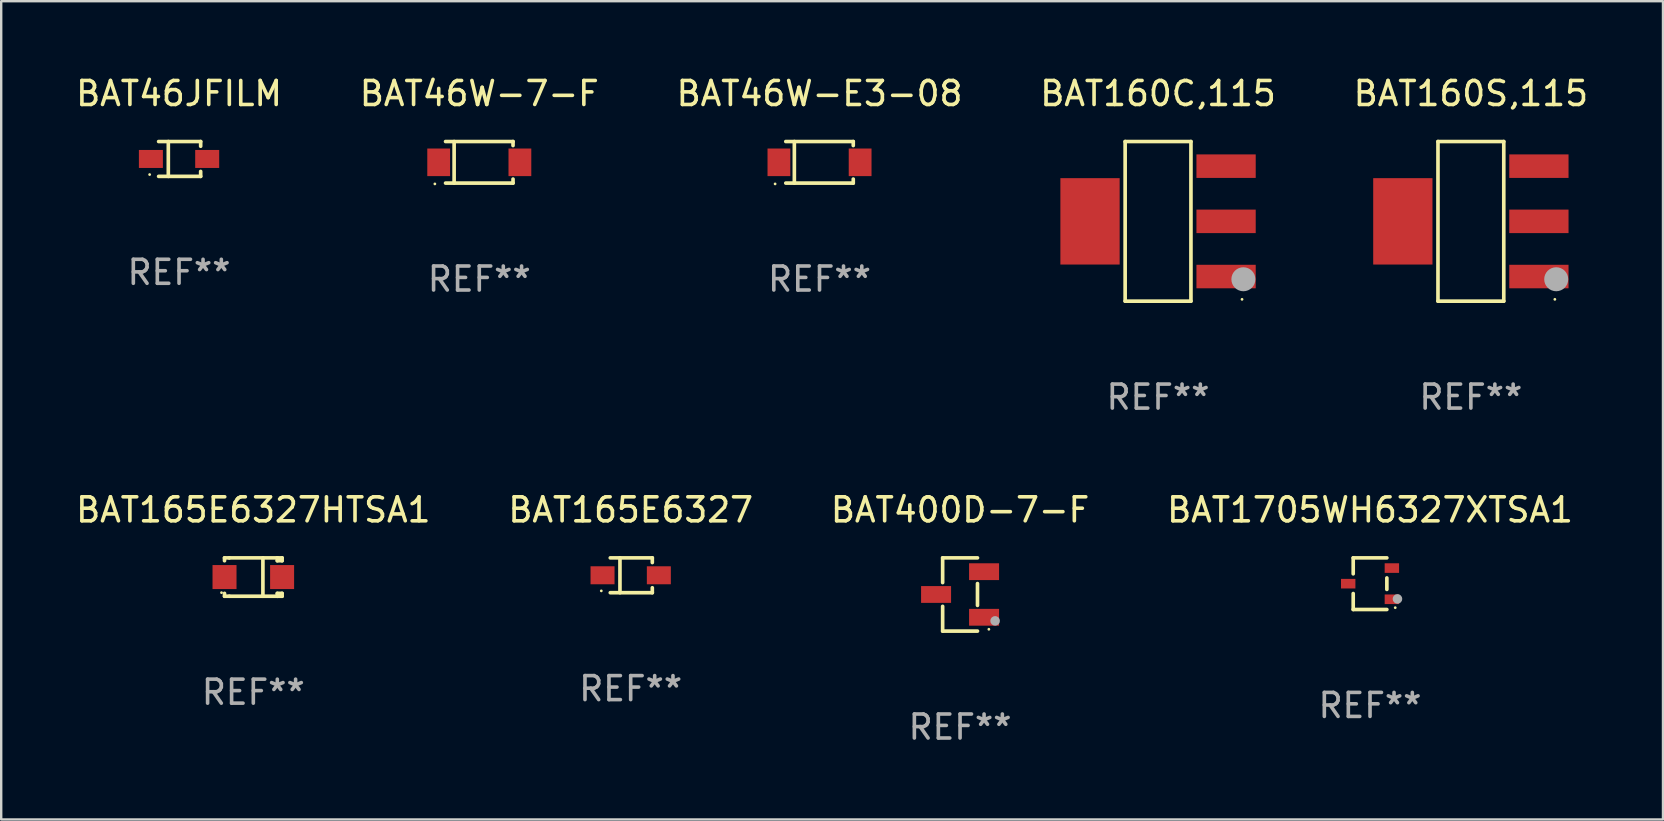
<source format=kicad_pcb>
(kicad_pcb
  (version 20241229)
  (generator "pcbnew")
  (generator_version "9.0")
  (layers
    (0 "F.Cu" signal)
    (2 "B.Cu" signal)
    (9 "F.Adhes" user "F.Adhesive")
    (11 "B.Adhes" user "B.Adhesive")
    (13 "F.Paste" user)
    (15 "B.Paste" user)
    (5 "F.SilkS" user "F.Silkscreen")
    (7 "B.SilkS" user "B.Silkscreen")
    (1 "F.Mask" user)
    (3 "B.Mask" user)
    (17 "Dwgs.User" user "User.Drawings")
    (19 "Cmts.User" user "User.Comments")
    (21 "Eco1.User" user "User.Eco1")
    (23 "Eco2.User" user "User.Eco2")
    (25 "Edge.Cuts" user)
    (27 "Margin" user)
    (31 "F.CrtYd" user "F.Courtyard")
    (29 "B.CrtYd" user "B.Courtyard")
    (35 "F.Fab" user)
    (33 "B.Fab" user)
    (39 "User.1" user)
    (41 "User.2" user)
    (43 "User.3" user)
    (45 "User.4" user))
  (footprint "BAT46W-7-F"
    (layer "F.Cu")
    (at 16.923 3.714)
    (property "Reference" "BAT46W-7-F" (at 0 -2.866 0) (layer "F.SilkS") (effects (font (size 1 1) (thickness 0.15))))
    (attr through_hole)
    (fp_line (start -1.406 -0.866) (end 1.406 -0.866) (stroke (width 0.152) (type solid)) (layer "F.SilkS"))
    (fp_line (start -1.406 0.866) (end 1.406 0.866) (stroke (width 0.152) (type solid)) (layer "F.SilkS"))
    (fp_line (start -1.049 -0.866) (end -1.049 0.866) (stroke (width 0.152) (type solid)) (layer "F.SilkS"))
    (fp_line (start 1.406 -0.866) (end 1.406 -0.698) (stroke (width 0.152) (type solid)) (layer "F.SilkS"))
    (fp_line (start 1.406 0.866) (end 1.406 0.698) (stroke (width 0.152) (type solid)) (layer "F.SilkS"))
    (fp_circle (center -1.851 0.9) (end -1.821 0.9) (stroke (width 0.06) (type solid)) (fill no) (layer "F.SilkS"))
    (fp_text user "REF**" (at 0 4.866 0) (layer "F.Fab") (effects (font (size 1 1) (thickness 0.15))))
    (pad "1" smd rect (at -1.692 0) (size 0.95 1.15) (layers "F.Cu" "F.Mask" "F.Paste"))
    (pad "2" smd rect (at 1.692 0) (size 0.95 1.15) (layers "F.Cu" "F.Mask" "F.Paste")))
  (footprint "BAT46JFILM"
    (layer "F.Cu")
    (at 4.411 3.574)
    (property "Reference" "BAT46JFILM" (at 0 -2.726 0) (layer "F.SilkS") (effects (font (size 1 1) (thickness 0.15))))
    (attr through_hole)
    (fp_line (start -0.851 -0.726) (end 0.901 -0.726) (stroke (width 0.152) (type solid)) (layer "F.SilkS"))
    (fp_line (start -0.851 0.726) (end 0.901 0.726) (stroke (width 0.152) (type solid)) (layer "F.SilkS"))
    (fp_line (start -0.447 -0.726) (end -0.447 0.726) (stroke (width 0.152) (type solid)) (layer "F.SilkS"))
    (fp_line (start 0.901 -0.726) (end 0.901 -0.53) (stroke (width 0.152) (type solid)) (layer "F.SilkS"))
    (fp_line (start 0.901 0.726) (end 0.901 0.52) (stroke (width 0.152) (type solid)) (layer "F.SilkS"))
    (fp_circle (center -1.225 0.65) (end -1.195 0.65) (stroke (width 0.06) (type solid)) (fill no) (layer "F.SilkS"))
    (fp_text user "REF**" (at 0 4.726 0) (layer "F.Fab") (effects (font (size 1 1) (thickness 0.15))))
    (pad "1" smd rect (at -1.173 0) (size 1 0.75) (layers "F.Cu" "F.Mask" "F.Paste"))
    (pad "2" smd rect (at 1.173 0) (size 1 0.75) (layers "F.Cu" "F.Mask" "F.Paste")))
  (footprint "BAT165E6327"
    (layer "F.Cu")
    (at 23.232 20.923)
    (property "Reference" "BAT165E6327" (at 0 -2.726 0) (layer "F.SilkS") (effects (font (size 1 1) (thickness 0.15))))
    (attr through_hole)
    (fp_line (start -0.851 -0.726) (end 0.901 -0.726) (stroke (width 0.152) (type solid)) (layer "F.SilkS"))
    (fp_line (start -0.851 0.726) (end 0.901 0.726) (stroke (width 0.152) (type solid)) (layer "F.SilkS"))
    (fp_line (start -0.447 -0.726) (end -0.447 0.726) (stroke (width 0.152) (type solid)) (layer "F.SilkS"))
    (fp_line (start 0.901 -0.726) (end 0.901 -0.53) (stroke (width 0.152) (type solid)) (layer "F.SilkS"))
    (fp_line (start 0.901 0.726) (end 0.901 0.52) (stroke (width 0.152) (type solid)) (layer "F.SilkS"))
    (fp_circle (center -1.225 0.65) (end -1.195 0.65) (stroke (width 0.06) (type solid)) (fill no) (layer "F.SilkS"))
    (fp_text user "REF**" (at 0 4.726 0) (layer "F.Fab") (effects (font (size 1 1) (thickness 0.15))))
    (pad "1" smd rect (at -1.173 0) (size 1 0.75) (layers "F.Cu" "F.Mask" "F.Paste"))
    (pad "2" smd rect (at 1.173 0) (size 1 0.75) (layers "F.Cu" "F.Mask" "F.Paste")))
  (footprint "BAT1705WH6327XTSA1"
    (layer "F.Cu")
    (at 54.042 21.273)
    (property "Reference" "BAT1705WH6327XTSA1" (at 0 -3.076 0) (layer "F.SilkS") (effects (font (size 1 1) (thickness 0.15))))
    (attr through_hole)
    (fp_line (start -0.701 -1.076) (end -0.701 -0.411) (stroke (width 0.152) (type solid)) (layer "F.SilkS"))
    (fp_line (start -0.701 1.076) (end -0.701 0.411) (stroke (width 0.152) (type solid)) (layer "F.SilkS"))
    (fp_line (start 0.701 -1.076) (end -0.701 -1.076) (stroke (width 0.152) (type solid)) (layer "F.SilkS"))
    (fp_line (start 0.701 -0.239) (end 0.701 0.239) (stroke (width 0.152) (type solid)) (layer "F.SilkS"))
    (fp_line (start 0.701 1.076) (end -0.701 1.076) (stroke (width 0.152) (type solid)) (layer "F.SilkS"))
    (fp_circle (center 1.05 1) (end 1.08 1) (stroke (width 0.06) (type solid)) (fill no) (layer "F.SilkS"))
    (fp_circle (center 1.143 0.635) (end 1.243 0.635) (stroke (width 0.2) (type solid)) (fill no) (layer "F.Fab"))
    (fp_text user "REF**" (at 0 5.076 0) (layer "F.Fab") (effects (font (size 1 1) (thickness 0.15))))
    (pad "1" smd rect (at 0.91 0.65) (size 0.6 0.4) (layers "F.Cu" "F.Mask" "F.Paste"))
    (pad "2" smd rect (at 0.91 -0.65) (size 0.6 0.4) (layers "F.Cu" "F.Mask" "F.Paste"))
    (pad "3" smd rect (at -0.91 0) (size 0.6 0.4) (layers "F.Cu" "F.Mask" "F.Paste")))
  (footprint "BAT46W-E3-08"
    (layer "F.Cu")
    (at 31.101 3.714)
    (property "Reference" "BAT46W-E3-08" (at 0 -2.866 0) (layer "F.SilkS") (effects (font (size 1 1) (thickness 0.15))))
    (attr through_hole)
    (fp_line (start -1.406 -0.866) (end 1.406 -0.866) (stroke (width 0.152) (type solid)) (layer "F.SilkS"))
    (fp_line (start -1.406 0.866) (end 1.406 0.866) (stroke (width 0.152) (type solid)) (layer "F.SilkS"))
    (fp_line (start -1.049 -0.866) (end -1.049 0.866) (stroke (width 0.152) (type solid)) (layer "F.SilkS"))
    (fp_line (start 1.406 -0.866) (end 1.406 -0.698) (stroke (width 0.152) (type solid)) (layer "F.SilkS"))
    (fp_line (start 1.406 0.866) (end 1.406 0.698) (stroke (width 0.152) (type solid)) (layer "F.SilkS"))
    (fp_circle (center -1.851 0.9) (end -1.821 0.9) (stroke (width 0.06) (type solid)) (fill no) (layer "F.SilkS"))
    (fp_text user "REF**" (at 0 4.866 0) (layer "F.Fab") (effects (font (size 1 1) (thickness 0.15))))
    (pad "1" smd rect (at -1.692 0) (size 0.95 1.15) (layers "F.Cu" "F.Mask" "F.Paste"))
    (pad "2" smd rect (at 1.692 0) (size 0.95 1.15) (layers "F.Cu" "F.Mask" "F.Paste")))
  (footprint "BAT400D-7-F"
    (layer "F.Cu")
    (at 36.958 21.723)
    (property "Reference" "BAT400D-7-F" (at 0 -3.526 0) (layer "F.SilkS") (effects (font (size 1 1) (thickness 0.15))))
    (attr through_hole)
    (fp_line (start -0.726 -1.526) (end -0.726 -0.495) (stroke (width 0.152) (type solid)) (layer "F.SilkS"))
    (fp_line (start -0.726 1.526) (end -0.726 0.495) (stroke (width 0.152) (type solid)) (layer "F.SilkS"))
    (fp_line (start 0.726 -1.526) (end -0.726 -1.526) (stroke (width 0.152) (type solid)) (layer "F.SilkS"))
    (fp_line (start 0.726 -0.455) (end 0.726 0.455) (stroke (width 0.152) (type solid)) (layer "F.SilkS"))
    (fp_line (start 0.726 1.526) (end -0.726 1.526) (stroke (width 0.152) (type solid)) (layer "F.SilkS"))
    (fp_circle (center 1.2 1.45) (end 1.23 1.45) (stroke (width 0.06) (type solid)) (fill no) (layer "F.SilkS"))
    (fp_circle (center 1.46 1.1) (end 1.56 1.1) (stroke (width 0.2) (type solid)) (fill no) (layer "F.Fab"))
    (fp_text user "REF**" (at 0 5.526 0) (layer "F.Fab") (effects (font (size 1 1) (thickness 0.15))))
    (pad "1" smd rect (at 1 0.95) (size 1.25 0.7) (layers "F.Cu" "F.Mask" "F.Paste"))
    (pad "2" smd rect (at 1 -0.95) (size 1.25 0.7) (layers "F.Cu" "F.Mask" "F.Paste"))
    (pad "3" smd rect (at -1 0) (size 1.25 0.7) (layers "F.Cu" "F.Mask" "F.Paste")))
  (footprint "BAT160S,115"
    (layer "F.Cu")
    (at 58.244 6.174)
    (property "Reference" "BAT160S,115" (at 0 -5.326 0) (layer "F.SilkS") (effects (font (size 1 1) (thickness 0.15))))
    (attr through_hole)
    (fp_line (start -1.371 -3.326) (end 1.371 -3.326) (stroke (width 0.152) (type solid)) (layer "F.SilkS"))
    (fp_line (start -1.371 3.326) (end -1.371 -3.326) (stroke (width 0.152) (type solid)) (layer "F.SilkS"))
    (fp_line (start 1.371 -3.326) (end 1.371 3.326) (stroke (width 0.152) (type solid)) (layer "F.SilkS"))
    (fp_line (start 1.371 3.326) (end -1.371 3.326) (stroke (width 0.152) (type solid)) (layer "F.SilkS"))
    (fp_circle (center 3.5 3.25) (end 3.53 3.25) (stroke (width 0.06) (type solid)) (fill no) (layer "F.SilkS"))
    (fp_circle (center 3.556 2.413) (end 3.806 2.413) (stroke (width 0.5) (type solid)) (fill no) (layer "F.Fab"))
    (fp_text user "REF**" (at 0 7.326 0) (layer "F.Fab") (effects (font (size 1 1) (thickness 0.15))))
    (pad "1" smd rect (at 2.835 2.3) (size 2.47 0.98) (layers "F.Cu" "F.Mask" "F.Paste"))
    (pad "2" smd rect (at 2.835 0) (size 2.47 0.98) (layers "F.Cu" "F.Mask" "F.Paste"))
    (pad "3" smd rect (at 2.835 -2.3) (size 2.47 0.98) (layers "F.Cu" "F.Mask" "F.Paste"))
    (pad "4" smd rect (at -2.835 0) (size 2.47 3.6) (layers "F.Cu" "F.Mask" "F.Paste")))
  (footprint "BAT160C,115"
    (layer "F.Cu")
    (at 45.208 6.174)
    (property "Reference" "BAT160C,115" (at 0 -5.326 0) (layer "F.SilkS") (effects (font (size 1 1) (thickness 0.15))))
    (attr through_hole)
    (fp_line (start -1.371 -3.326) (end 1.371 -3.326) (stroke (width 0.152) (type solid)) (layer "F.SilkS"))
    (fp_line (start -1.371 3.326) (end -1.371 -3.326) (stroke (width 0.152) (type solid)) (layer "F.SilkS"))
    (fp_line (start 1.371 -3.326) (end 1.371 3.326) (stroke (width 0.152) (type solid)) (layer "F.SilkS"))
    (fp_line (start 1.371 3.326) (end -1.371 3.326) (stroke (width 0.152) (type solid)) (layer "F.SilkS"))
    (fp_circle (center 3.5 3.25) (end 3.53 3.25) (stroke (width 0.06) (type solid)) (fill no) (layer "F.SilkS"))
    (fp_circle (center 3.556 2.413) (end 3.806 2.413) (stroke (width 0.5) (type solid)) (fill no) (layer "F.Fab"))
    (fp_text user "REF**" (at 0 7.326 0) (layer "F.Fab") (effects (font (size 1 1) (thickness 0.15))))
    (pad "1" smd rect (at 2.835 2.3) (size 2.47 0.98) (layers "F.Cu" "F.Mask" "F.Paste"))
    (pad "2" smd rect (at 2.835 0) (size 2.47 0.98) (layers "F.Cu" "F.Mask" "F.Paste"))
    (pad "3" smd rect (at 2.835 -2.3) (size 2.47 0.98) (layers "F.Cu" "F.Mask" "F.Paste"))
    (pad "4" smd rect (at -2.835 0) (size 2.47 3.6) (layers "F.Cu" "F.Mask" "F.Paste")))
  (footprint "BAT165E6327HTSA1"
    (layer "F.Cu")
    (at 7.506 20.997)
    (property "Reference" "BAT165E6327HTSA1" (at 0 -2.8 0) (layer "F.SilkS") (effects (font (size 1 1) (thickness 0.15))))
    (attr through_hole)
    (fp_line (start -1.2 -0.8) (end -1.2 -0.68) (stroke (width 0.152) (type solid)) (layer "F.SilkS"))
    (fp_line (start -1.2 0.68) (end -1.2 0.8) (stroke (width 0.152) (type solid)) (layer "F.SilkS"))
    (fp_line (start -1.2 0.8) (end -1 0.8) (stroke (width 0.152) (type solid)) (layer "F.SilkS"))
    (fp_line (start -1 -0.8) (end -1.2 -0.8) (stroke (width 0.152) (type solid)) (layer "F.SilkS"))
    (fp_line (start -1 -0.8) (end 1 -0.8) (stroke (width 0.152) (type solid)) (layer "F.SilkS"))
    (fp_line (start -1 0.8) (end 1 0.8) (stroke (width 0.152) (type solid)) (layer "F.SilkS"))
    (fp_line (start 0.4 -0.8) (end 0.4 0.8) (stroke (width 0.152) (type solid)) (layer "F.SilkS"))
    (fp_line (start 1 -0.8) (end 1 -0.68) (stroke (width 0.152) (type solid)) (layer "F.SilkS"))
    (fp_line (start 1 -0.8) (end 1.2 -0.8) (stroke (width 0.152) (type solid)) (layer "F.SilkS"))
    (fp_line (start 1 0.68) (end 1 0.8) (stroke (width 0.152) (type solid)) (layer "F.SilkS"))
    (fp_line (start 1 0.68) (end 1.2 0.68) (stroke (width 0.152) (type solid)) (layer "F.SilkS"))
    (fp_line (start 1.2 -0.8) (end 1.2 -0.68) (stroke (width 0.152) (type solid)) (layer "F.SilkS"))
    (fp_line (start 1.2 -0.68) (end 1 -0.68) (stroke (width 0.152) (type solid)) (layer "F.SilkS"))
    (fp_line (start 1.2 0.68) (end 1.2 0.8) (stroke (width 0.152) (type solid)) (layer "F.SilkS"))
    (fp_line (start 1.2 0.8) (end 1 0.8) (stroke (width 0.152) (type solid)) (layer "F.SilkS"))
    (fp_circle (center -1.325 0.65) (end -1.295 0.65) (stroke (width 0.06) (type solid)) (fill no) (layer "F.SilkS"))
    (fp_text user "REF**" (at 0 4.8 0) (layer "F.Fab") (effects (font (size 1 1) (thickness 0.15))))
    (pad "1" smd rect (at -1.2 0 180) (size 1 1) (layers "F.Cu" "F.Mask" "F.Paste"))
    (pad "2" smd rect (at 1.2 0 180) (size 1 1) (layers "F.Cu" "F.Mask" "F.Paste")))
  (gr_rect
    (start -3 -3)
    (end 66.25 31.098)
    (stroke (width 0.1) (type default))
    (fill no)
    (layer "Edge.Cuts")))
</source>
